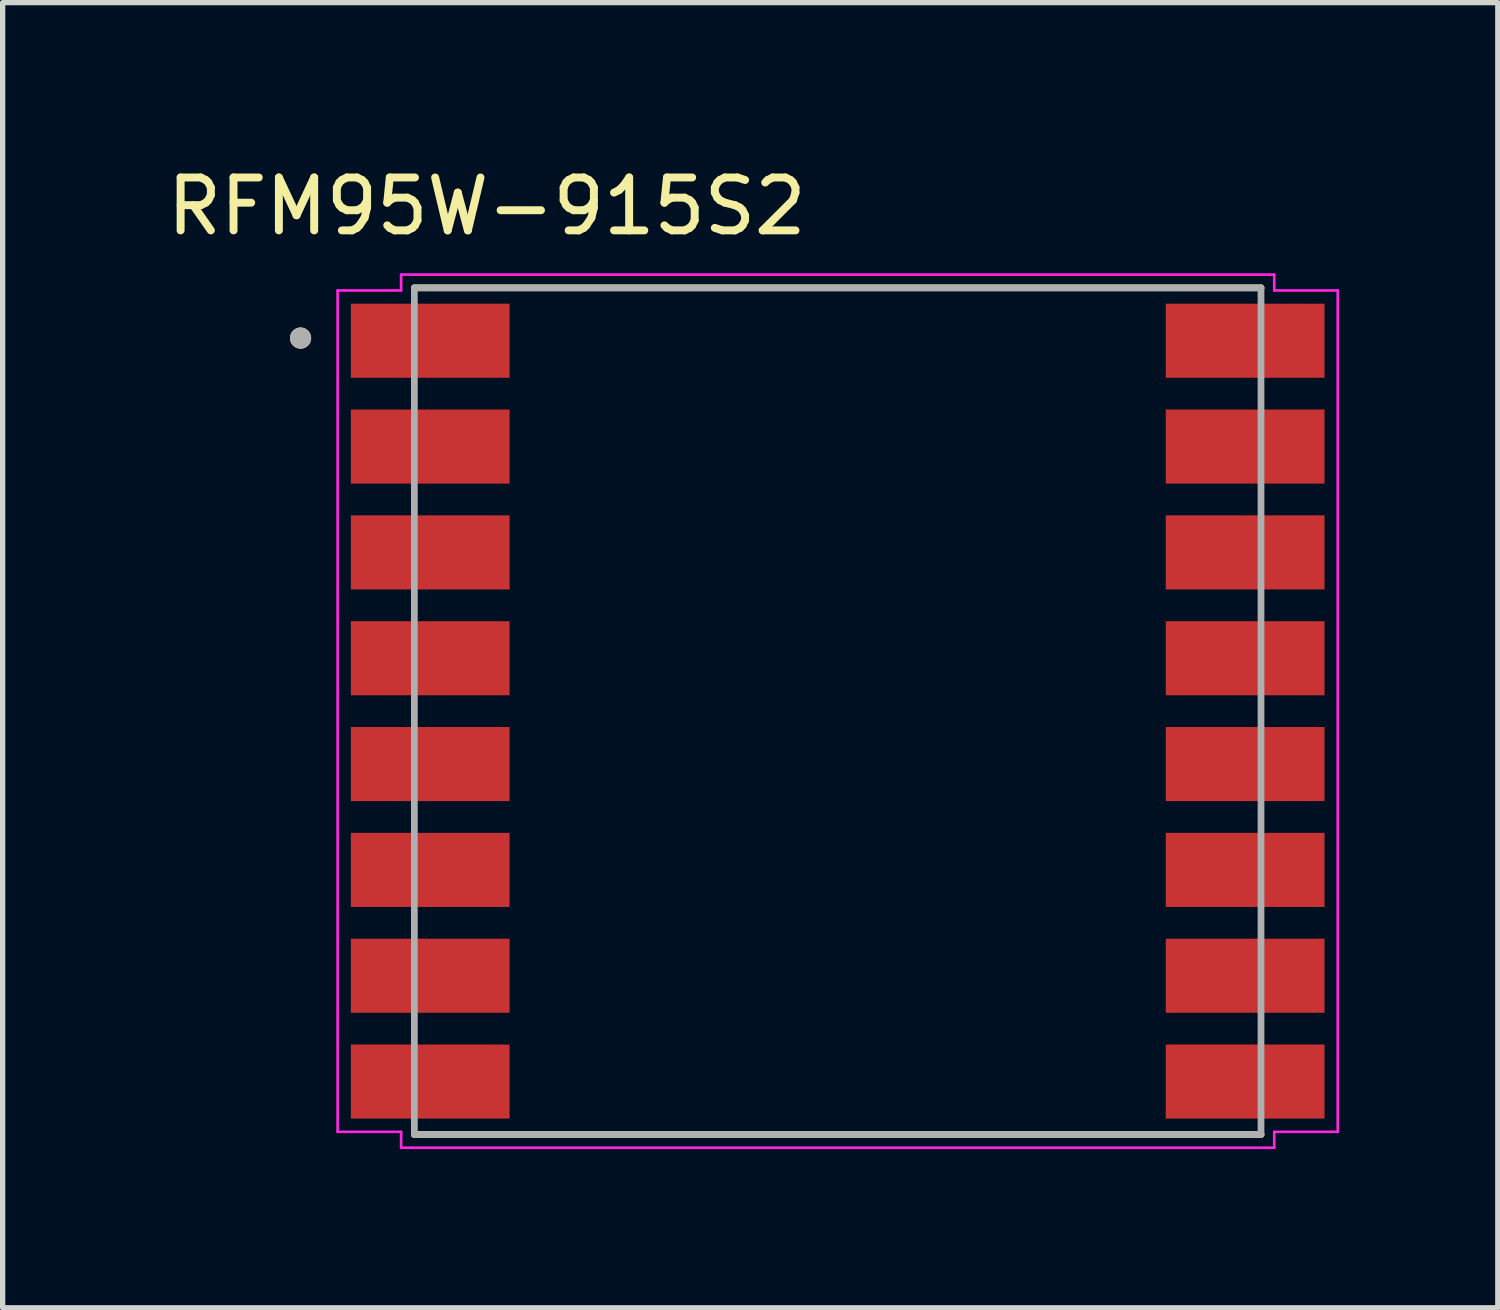
<source format=kicad_pcb>
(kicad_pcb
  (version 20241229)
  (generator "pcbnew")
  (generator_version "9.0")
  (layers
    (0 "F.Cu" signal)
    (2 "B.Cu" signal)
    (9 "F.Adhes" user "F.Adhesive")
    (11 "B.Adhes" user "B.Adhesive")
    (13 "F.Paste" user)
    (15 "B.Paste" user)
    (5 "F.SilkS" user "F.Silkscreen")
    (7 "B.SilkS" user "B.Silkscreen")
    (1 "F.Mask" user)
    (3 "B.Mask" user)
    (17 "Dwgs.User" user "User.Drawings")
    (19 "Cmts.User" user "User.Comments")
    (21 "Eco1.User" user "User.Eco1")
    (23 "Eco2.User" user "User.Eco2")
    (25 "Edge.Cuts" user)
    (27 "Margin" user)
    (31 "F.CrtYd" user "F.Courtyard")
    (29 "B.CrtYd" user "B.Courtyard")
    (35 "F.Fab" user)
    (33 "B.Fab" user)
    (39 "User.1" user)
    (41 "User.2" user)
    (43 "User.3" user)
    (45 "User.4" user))
  (footprint "RFM95W-915S2"
    (layer "F.Cu")
    (at 12.78 10.389)
    (property "Reference" "RFM95W-915S2" (at -6.631 -9.54 0) (layer "F.SilkS") (effects (font (size 1 1) (thickness 0.15))))
    (attr smd)
    (fp_line (start -8 -8) (end 8 -8) (stroke (width 0.127) (type solid)) (layer "F.SilkS"))
    (fp_line (start -8 8) (end 8 8) (stroke (width 0.127) (type solid)) (layer "F.SilkS"))
    (fp_circle (center -10.15 -7.05) (end -10.05 -7.05) (stroke (width 0.2) (type solid)) (fill no) (layer "F.SilkS"))
    (fp_line (start -9.45 -7.95) (end -8.25 -7.95) (stroke (width 0.05) (type solid)) (layer "F.CrtYd"))
    (fp_line (start -9.45 7.95) (end -9.45 -7.95) (stroke (width 0.05) (type solid)) (layer "F.CrtYd"))
    (fp_line (start -8.25 -8.25) (end 8.25 -8.25) (stroke (width 0.05) (type solid)) (layer "F.CrtYd"))
    (fp_line (start -8.25 -7.95) (end -8.25 -8.25) (stroke (width 0.05) (type solid)) (layer "F.CrtYd"))
    (fp_line (start -8.25 7.95) (end -9.45 7.95) (stroke (width 0.05) (type solid)) (layer "F.CrtYd"))
    (fp_line (start -8.25 8.25) (end -8.25 7.95) (stroke (width 0.05) (type solid)) (layer "F.CrtYd"))
    (fp_line (start 8.25 -8.25) (end 8.25 -7.95) (stroke (width 0.05) (type solid)) (layer "F.CrtYd"))
    (fp_line (start 8.25 -7.95) (end 9.45 -7.95) (stroke (width 0.05) (type solid)) (layer "F.CrtYd"))
    (fp_line (start 8.25 7.95) (end 8.25 8.25) (stroke (width 0.05) (type solid)) (layer "F.CrtYd"))
    (fp_line (start 8.25 8.25) (end -8.25 8.25) (stroke (width 0.05) (type solid)) (layer "F.CrtYd"))
    (fp_line (start 9.45 -7.95) (end 9.45 7.95) (stroke (width 0.05) (type solid)) (layer "F.CrtYd"))
    (fp_line (start 9.45 7.95) (end 8.25 7.95) (stroke (width 0.05) (type solid)) (layer "F.CrtYd"))
    (fp_line (start -8 -8) (end 8 -8) (stroke (width 0.127) (type solid)) (layer "F.Fab"))
    (fp_line (start -8 8) (end -8 -8) (stroke (width 0.127) (type solid)) (layer "F.Fab"))
    (fp_line (start 8 -8) (end 8 8) (stroke (width 0.127) (type solid)) (layer "F.Fab"))
    (fp_line (start 8 8) (end -8 8) (stroke (width 0.127) (type solid)) (layer "F.Fab"))
    (fp_circle (center -10.15 -7.05) (end -10.05 -7.05) (stroke (width 0.2) (type solid)) (fill no) (layer "F.Fab"))
    (pad "1" smd rect (at -7.7 -7) (size 3 1.4) (layers "F.Cu" "F.Mask" "F.Paste"))
    (pad "2" smd rect (at -7.7 -5) (size 3 1.4) (layers "F.Cu" "F.Mask" "F.Paste"))
    (pad "3" smd rect (at -7.7 -3) (size 3 1.4) (layers "F.Cu" "F.Mask" "F.Paste"))
    (pad "4" smd rect (at -7.7 -1) (size 3 1.4) (layers "F.Cu" "F.Mask" "F.Paste"))
    (pad "5" smd rect (at -7.7 1) (size 3 1.4) (layers "F.Cu" "F.Mask" "F.Paste"))
    (pad "6" smd rect (at -7.7 3) (size 3 1.4) (layers "F.Cu" "F.Mask" "F.Paste"))
    (pad "7" smd rect (at -7.7 5) (size 3 1.4) (layers "F.Cu" "F.Mask" "F.Paste"))
    (pad "8" smd rect (at -7.7 7) (size 3 1.4) (layers "F.Cu" "F.Mask" "F.Paste"))
    (pad "9" smd rect (at 7.7 7) (size 3 1.4) (layers "F.Cu" "F.Mask" "F.Paste"))
    (pad "10" smd rect (at 7.7 5) (size 3 1.4) (layers "F.Cu" "F.Mask" "F.Paste"))
    (pad "11" smd rect (at 7.7 3) (size 3 1.4) (layers "F.Cu" "F.Mask" "F.Paste"))
    (pad "12" smd rect (at 7.7 1) (size 3 1.4) (layers "F.Cu" "F.Mask" "F.Paste"))
    (pad "13" smd rect (at 7.7 -1) (size 3 1.4) (layers "F.Cu" "F.Mask" "F.Paste"))
    (pad "14" smd rect (at 7.7 -3) (size 3 1.4) (layers "F.Cu" "F.Mask" "F.Paste"))
    (pad "15" smd rect (at 7.7 -5) (size 3 1.4) (layers "F.Cu" "F.Mask" "F.Paste"))
    (pad "16" smd rect (at 7.7 -7) (size 3 1.4) (layers "F.Cu" "F.Mask" "F.Paste")))
  (gr_rect
    (start -3 -3)
    (end 25.255 21.664)
    (stroke (width 0.1) (type default))
    (fill no)
    (layer "Edge.Cuts")))
</source>
